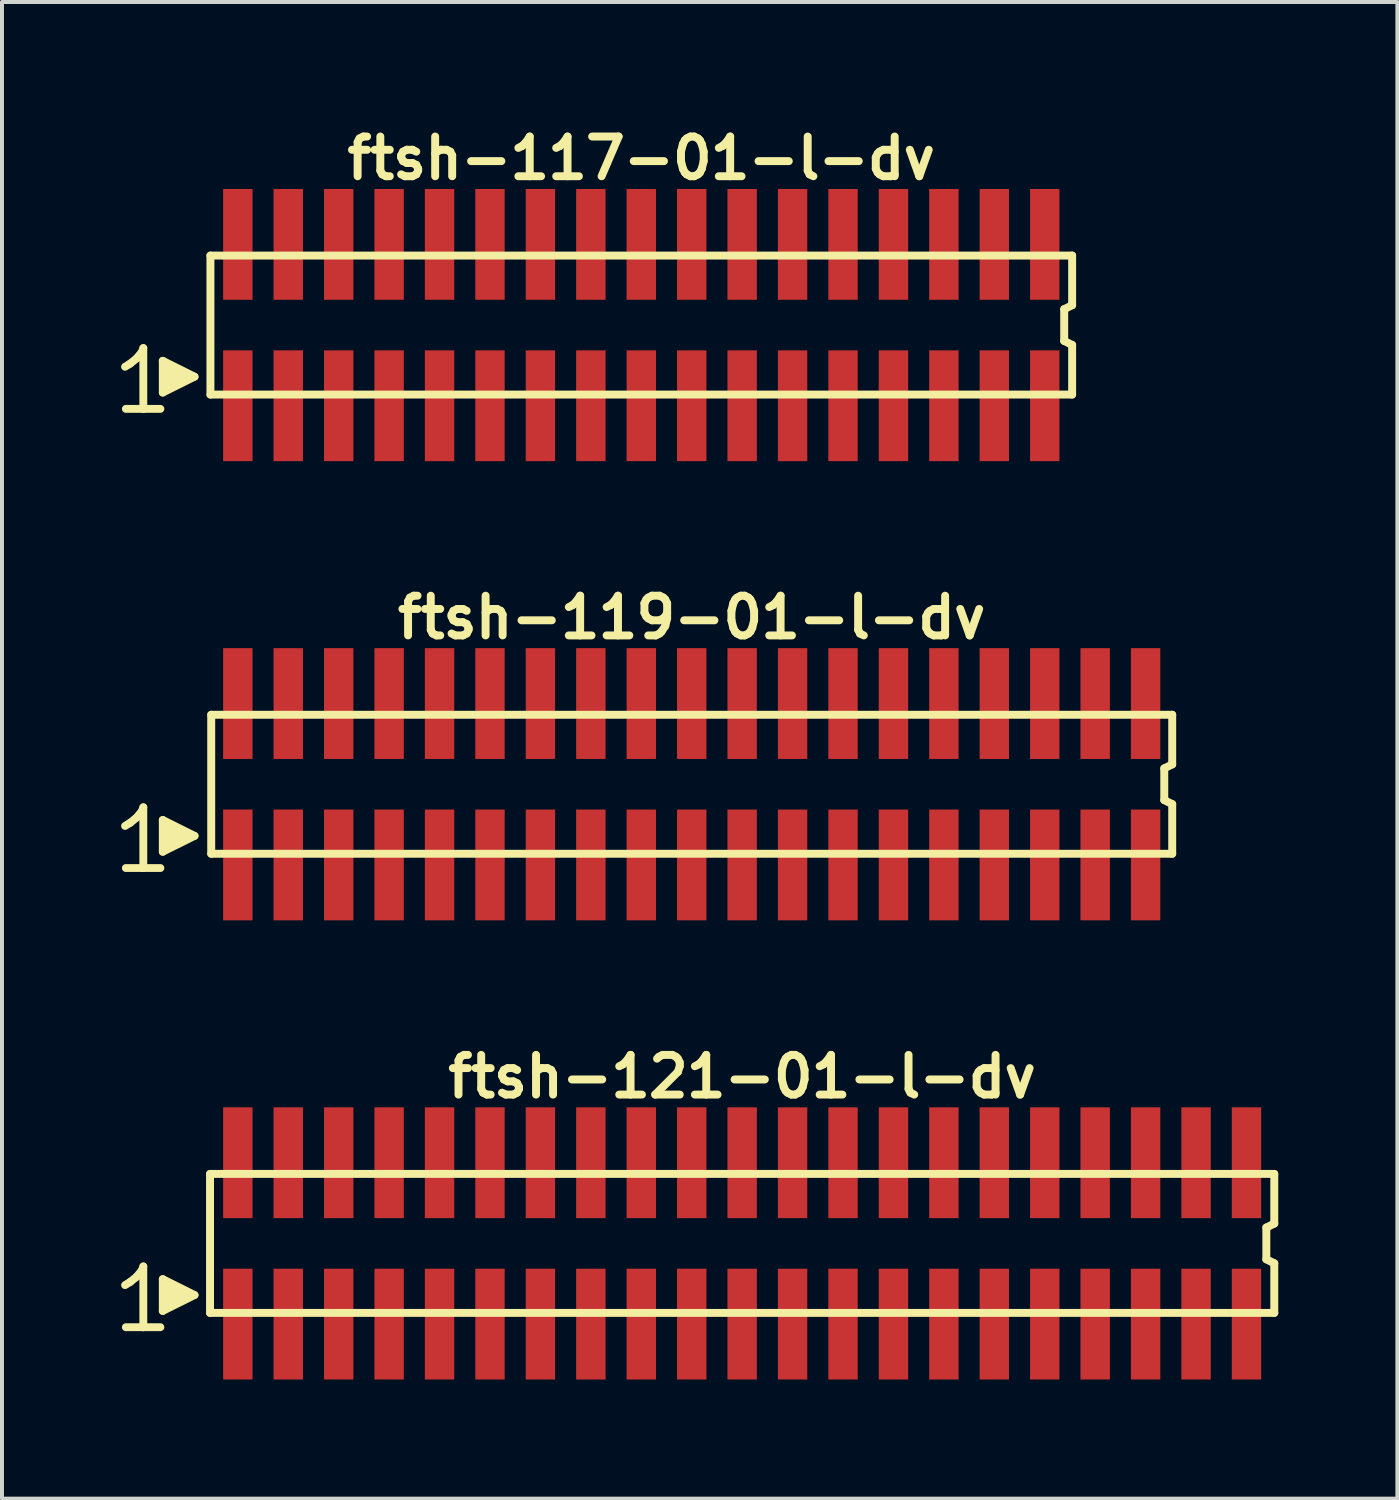
<source format=kicad_pcb>
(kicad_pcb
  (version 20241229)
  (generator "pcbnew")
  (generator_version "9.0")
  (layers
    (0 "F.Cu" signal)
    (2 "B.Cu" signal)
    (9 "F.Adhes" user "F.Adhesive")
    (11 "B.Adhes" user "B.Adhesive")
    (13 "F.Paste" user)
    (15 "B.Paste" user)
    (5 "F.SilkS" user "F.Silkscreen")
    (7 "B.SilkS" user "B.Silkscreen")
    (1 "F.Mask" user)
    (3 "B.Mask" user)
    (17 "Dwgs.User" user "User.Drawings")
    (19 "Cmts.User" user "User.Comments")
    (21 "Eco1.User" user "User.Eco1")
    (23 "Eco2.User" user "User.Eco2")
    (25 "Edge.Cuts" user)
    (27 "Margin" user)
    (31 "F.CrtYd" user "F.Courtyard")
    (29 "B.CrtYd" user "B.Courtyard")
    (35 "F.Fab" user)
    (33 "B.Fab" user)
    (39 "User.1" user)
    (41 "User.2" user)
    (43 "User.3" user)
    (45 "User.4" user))
  (footprint "ftsh-121-01-l-dv"
    (layer "F.Cu")
    (at 15.639 28.262)
    (property "Reference" "ftsh-121-01-l-dv" (at 0 -4.2 0) (layer "F.SilkS") (effects (font (size 1 1) (thickness 0.2))))
    (attr smd)
    (fp_line (start -15.54 1.05) (end -15.41 0.97) (stroke (width 0.198) (type solid)) (layer "F.SilkS"))
    (fp_line (start -15.41 0.97) (end -15.25 0.84) (stroke (width 0.198) (type solid)) (layer "F.SilkS"))
    (fp_line (start -15.25 0.84) (end -15.11 0.67) (stroke (width 0.198) (type solid)) (layer "F.SilkS"))
    (fp_line (start -15.11 0.67) (end -15.08 0.58) (stroke (width 0.198) (type solid)) (layer "F.SilkS"))
    (fp_line (start -15.08 0.58) (end -15.08 2.11) (stroke (width 0.198) (type solid)) (layer "F.SilkS"))
    (fp_line (start -15.08 2.11) (end -15.52 2.11) (stroke (width 0.198) (type solid)) (layer "F.SilkS"))
    (fp_line (start -14.65 2.11) (end -15.09 2.11) (stroke (width 0.198) (type solid)) (layer "F.SilkS"))
    (fp_line (start -14.59 0.9) (end -13.79 1.3) (stroke (width 0.198) (type solid)) (layer "F.SilkS"))
    (fp_line (start -14.59 1.7) (end -14.59 0.9) (stroke (width 0.198) (type solid)) (layer "F.SilkS"))
    (fp_line (start -14.49 1.6) (end -14.49 1) (stroke (width 0.198) (type solid)) (layer "F.SilkS"))
    (fp_line (start -14.39 1.1) (end -14.39 1.5) (stroke (width 0.198) (type solid)) (layer "F.SilkS"))
    (fp_line (start -14.29 1.5) (end -14.29 1.1) (stroke (width 0.198) (type solid)) (layer "F.SilkS"))
    (fp_line (start -14.19 1.2) (end -14.19 1.4) (stroke (width 0.198) (type solid)) (layer "F.SilkS"))
    (fp_line (start -14.09 1.4) (end -14.09 1.2) (stroke (width 0.198) (type solid)) (layer "F.SilkS"))
    (fp_line (start -13.79 1.3) (end -14.59 1.7) (stroke (width 0.198) (type solid)) (layer "F.SilkS"))
    (fp_line (start -13.4 -1.75) (end -13.4 1.75) (stroke (width 0.2) (type solid)) (layer "F.SilkS"))
    (fp_line (start -13.4 -1.75) (end 13.4 -1.75) (stroke (width 0.2) (type solid)) (layer "F.SilkS"))
    (fp_line (start -13.4 1.75) (end 13.4 1.75) (stroke (width 0.2) (type solid)) (layer "F.SilkS"))
    (fp_line (start 13.2 -0.4) (end 13.2 0.4) (stroke (width 0.2) (type solid)) (layer "F.SilkS"))
    (fp_line (start 13.2 0.4) (end 13.4 0.5) (stroke (width 0.2) (type solid)) (layer "F.SilkS"))
    (fp_line (start 13.4 -0.5) (end 13.2 -0.4) (stroke (width 0.2) (type solid)) (layer "F.SilkS"))
    (fp_line (start 13.4 -0.5) (end 13.4 -1.75) (stroke (width 0.2) (type solid)) (layer "F.SilkS"))
    (fp_line (start 13.4 0.5) (end 13.4 1.75) (stroke (width 0.2) (type solid)) (layer "F.SilkS"))
    (pad "1" smd rect (at -12.7 2.032) (size 0.74 2.79) (layers "F.Cu" "F.Mask" "F.Paste"))
    (pad "2" smd rect (at -12.7 -2.032) (size 0.74 2.79) (layers "F.Cu" "F.Mask" "F.Paste"))
    (pad "3" smd rect (at -11.43 2.032) (size 0.74 2.79) (layers "F.Cu" "F.Mask" "F.Paste"))
    (pad "4" smd rect (at -11.43 -2.032) (size 0.74 2.79) (layers "F.Cu" "F.Mask" "F.Paste"))
    (pad "5" smd rect (at -10.16 2.032) (size 0.74 2.79) (layers "F.Cu" "F.Mask" "F.Paste"))
    (pad "6" smd rect (at -10.16 -2.032) (size 0.74 2.79) (layers "F.Cu" "F.Mask" "F.Paste"))
    (pad "7" smd rect (at -8.89 2.032) (size 0.74 2.79) (layers "F.Cu" "F.Mask" "F.Paste"))
    (pad "8" smd rect (at -8.89 -2.032) (size 0.74 2.79) (layers "F.Cu" "F.Mask" "F.Paste"))
    (pad "9" smd rect (at -7.62 2.032) (size 0.74 2.79) (layers "F.Cu" "F.Mask" "F.Paste"))
    (pad "10" smd rect (at -7.62 -2.032) (size 0.74 2.79) (layers "F.Cu" "F.Mask" "F.Paste"))
    (pad "11" smd rect (at -6.35 2.032) (size 0.74 2.79) (layers "F.Cu" "F.Mask" "F.Paste"))
    (pad "12" smd rect (at -6.35 -2.032) (size 0.74 2.79) (layers "F.Cu" "F.Mask" "F.Paste"))
    (pad "13" smd rect (at -5.08 2.032) (size 0.74 2.79) (layers "F.Cu" "F.Mask" "F.Paste"))
    (pad "14" smd rect (at -5.08 -2.032) (size 0.74 2.79) (layers "F.Cu" "F.Mask" "F.Paste"))
    (pad "15" smd rect (at -3.81 2.032) (size 0.74 2.79) (layers "F.Cu" "F.Mask" "F.Paste"))
    (pad "16" smd rect (at -3.81 -2.032) (size 0.74 2.79) (layers "F.Cu" "F.Mask" "F.Paste"))
    (pad "17" smd rect (at -2.54 2.032) (size 0.74 2.79) (layers "F.Cu" "F.Mask" "F.Paste"))
    (pad "18" smd rect (at -2.54 -2.032) (size 0.74 2.79) (layers "F.Cu" "F.Mask" "F.Paste"))
    (pad "19" smd rect (at -1.27 2.032) (size 0.74 2.79) (layers "F.Cu" "F.Mask" "F.Paste"))
    (pad "20" smd rect (at -1.27 -2.032) (size 0.74 2.79) (layers "F.Cu" "F.Mask" "F.Paste"))
    (pad "21" smd rect (at 0 2.032) (size 0.74 2.79) (layers "F.Cu" "F.Mask" "F.Paste"))
    (pad "22" smd rect (at 0 -2.032) (size 0.74 2.79) (layers "F.Cu" "F.Mask" "F.Paste"))
    (pad "23" smd rect (at 1.27 2.032) (size 0.74 2.79) (layers "F.Cu" "F.Mask" "F.Paste"))
    (pad "24" smd rect (at 1.27 -2.032) (size 0.74 2.79) (layers "F.Cu" "F.Mask" "F.Paste"))
    (pad "25" smd rect (at 2.54 2.032) (size 0.74 2.79) (layers "F.Cu" "F.Mask" "F.Paste"))
    (pad "26" smd rect (at 2.54 -2.032) (size 0.74 2.79) (layers "F.Cu" "F.Mask" "F.Paste"))
    (pad "27" smd rect (at 3.81 2.032) (size 0.74 2.79) (layers "F.Cu" "F.Mask" "F.Paste"))
    (pad "28" smd rect (at 3.81 -2.032) (size 0.74 2.79) (layers "F.Cu" "F.Mask" "F.Paste"))
    (pad "29" smd rect (at 5.08 2.032) (size 0.74 2.79) (layers "F.Cu" "F.Mask" "F.Paste"))
    (pad "30" smd rect (at 5.08 -2.032) (size 0.74 2.79) (layers "F.Cu" "F.Mask" "F.Paste"))
    (pad "31" smd rect (at 6.35 2.032) (size 0.74 2.79) (layers "F.Cu" "F.Mask" "F.Paste"))
    (pad "32" smd rect (at 6.35 -2.032) (size 0.74 2.79) (layers "F.Cu" "F.Mask" "F.Paste"))
    (pad "33" smd rect (at 7.62 2.032) (size 0.74 2.79) (layers "F.Cu" "F.Mask" "F.Paste"))
    (pad "34" smd rect (at 7.62 -2.032) (size 0.74 2.79) (layers "F.Cu" "F.Mask" "F.Paste"))
    (pad "35" smd rect (at 8.89 2.032) (size 0.74 2.79) (layers "F.Cu" "F.Mask" "F.Paste"))
    (pad "36" smd rect (at 8.89 -2.032) (size 0.74 2.79) (layers "F.Cu" "F.Mask" "F.Paste"))
    (pad "37" smd rect (at 10.16 2.032) (size 0.74 2.79) (layers "F.Cu" "F.Mask" "F.Paste"))
    (pad "38" smd rect (at 10.16 -2.032) (size 0.74 2.79) (layers "F.Cu" "F.Mask" "F.Paste"))
    (pad "39" smd rect (at 11.43 2.032) (size 0.74 2.79) (layers "F.Cu" "F.Mask" "F.Paste"))
    (pad "40" smd rect (at 11.43 -2.032) (size 0.74 2.79) (layers "F.Cu" "F.Mask" "F.Paste"))
    (pad "41" smd rect (at 12.7 2.032) (size 0.74 2.79) (layers "F.Cu" "F.Mask" "F.Paste"))
    (pad "42" smd rect (at 12.7 -2.032) (size 0.74 2.79) (layers "F.Cu" "F.Mask" "F.Paste")))
  (footprint "ftsh-119-01-l-dv"
    (layer "F.Cu")
    (at 14.369 16.699)
    (property "Reference" "ftsh-119-01-l-dv" (at 0 -4.2 0) (layer "F.SilkS") (effects (font (size 1 1) (thickness 0.2))))
    (attr smd)
    (fp_line (start -14.27 1.05) (end -14.14 0.97) (stroke (width 0.198) (type solid)) (layer "F.SilkS"))
    (fp_line (start -14.14 0.97) (end -13.98 0.84) (stroke (width 0.198) (type solid)) (layer "F.SilkS"))
    (fp_line (start -13.98 0.84) (end -13.84 0.67) (stroke (width 0.198) (type solid)) (layer "F.SilkS"))
    (fp_line (start -13.84 0.67) (end -13.81 0.58) (stroke (width 0.198) (type solid)) (layer "F.SilkS"))
    (fp_line (start -13.81 0.58) (end -13.81 2.11) (stroke (width 0.198) (type solid)) (layer "F.SilkS"))
    (fp_line (start -13.81 2.11) (end -14.25 2.11) (stroke (width 0.198) (type solid)) (layer "F.SilkS"))
    (fp_line (start -13.38 2.11) (end -13.82 2.11) (stroke (width 0.198) (type solid)) (layer "F.SilkS"))
    (fp_line (start -13.32 0.9) (end -12.52 1.3) (stroke (width 0.198) (type solid)) (layer "F.SilkS"))
    (fp_line (start -13.32 1.7) (end -13.32 0.9) (stroke (width 0.198) (type solid)) (layer "F.SilkS"))
    (fp_line (start -13.22 1.6) (end -13.22 1) (stroke (width 0.198) (type solid)) (layer "F.SilkS"))
    (fp_line (start -13.12 1.1) (end -13.12 1.5) (stroke (width 0.198) (type solid)) (layer "F.SilkS"))
    (fp_line (start -13.02 1.5) (end -13.02 1.1) (stroke (width 0.198) (type solid)) (layer "F.SilkS"))
    (fp_line (start -12.92 1.2) (end -12.92 1.4) (stroke (width 0.198) (type solid)) (layer "F.SilkS"))
    (fp_line (start -12.82 1.4) (end -12.82 1.2) (stroke (width 0.198) (type solid)) (layer "F.SilkS"))
    (fp_line (start -12.52 1.3) (end -13.32 1.7) (stroke (width 0.198) (type solid)) (layer "F.SilkS"))
    (fp_line (start -12.1 -1.75) (end -12.1 1.75) (stroke (width 0.2) (type solid)) (layer "F.SilkS"))
    (fp_line (start -12.1 -1.75) (end 12.1 -1.75) (stroke (width 0.2) (type solid)) (layer "F.SilkS"))
    (fp_line (start -12.1 1.75) (end 12.1 1.75) (stroke (width 0.2) (type solid)) (layer "F.SilkS"))
    (fp_line (start 11.9 -0.4) (end 11.9 0.4) (stroke (width 0.2) (type solid)) (layer "F.SilkS"))
    (fp_line (start 11.9 0.4) (end 12.1 0.5) (stroke (width 0.2) (type solid)) (layer "F.SilkS"))
    (fp_line (start 12.1 -0.5) (end 11.9 -0.4) (stroke (width 0.2) (type solid)) (layer "F.SilkS"))
    (fp_line (start 12.1 -0.5) (end 12.1 -1.75) (stroke (width 0.2) (type solid)) (layer "F.SilkS"))
    (fp_line (start 12.1 0.5) (end 12.1 1.75) (stroke (width 0.2) (type solid)) (layer "F.SilkS"))
    (pad "1" smd rect (at -11.43 2.032) (size 0.74 2.79) (layers "F.Cu" "F.Mask" "F.Paste"))
    (pad "2" smd rect (at -11.43 -2.032) (size 0.74 2.79) (layers "F.Cu" "F.Mask" "F.Paste"))
    (pad "3" smd rect (at -10.16 2.032) (size 0.74 2.79) (layers "F.Cu" "F.Mask" "F.Paste"))
    (pad "4" smd rect (at -10.16 -2.032) (size 0.74 2.79) (layers "F.Cu" "F.Mask" "F.Paste"))
    (pad "5" smd rect (at -8.89 2.032) (size 0.74 2.79) (layers "F.Cu" "F.Mask" "F.Paste"))
    (pad "6" smd rect (at -8.89 -2.032) (size 0.74 2.79) (layers "F.Cu" "F.Mask" "F.Paste"))
    (pad "7" smd rect (at -7.62 2.032) (size 0.74 2.79) (layers "F.Cu" "F.Mask" "F.Paste"))
    (pad "8" smd rect (at -7.62 -2.032) (size 0.74 2.79) (layers "F.Cu" "F.Mask" "F.Paste"))
    (pad "9" smd rect (at -6.35 2.032) (size 0.74 2.79) (layers "F.Cu" "F.Mask" "F.Paste"))
    (pad "10" smd rect (at -6.35 -2.032) (size 0.74 2.79) (layers "F.Cu" "F.Mask" "F.Paste"))
    (pad "11" smd rect (at -5.08 2.032) (size 0.74 2.79) (layers "F.Cu" "F.Mask" "F.Paste"))
    (pad "12" smd rect (at -5.08 -2.032) (size 0.74 2.79) (layers "F.Cu" "F.Mask" "F.Paste"))
    (pad "13" smd rect (at -3.81 2.032) (size 0.74 2.79) (layers "F.Cu" "F.Mask" "F.Paste"))
    (pad "14" smd rect (at -3.81 -2.032) (size 0.74 2.79) (layers "F.Cu" "F.Mask" "F.Paste"))
    (pad "15" smd rect (at -2.54 2.032) (size 0.74 2.79) (layers "F.Cu" "F.Mask" "F.Paste"))
    (pad "16" smd rect (at -2.54 -2.032) (size 0.74 2.79) (layers "F.Cu" "F.Mask" "F.Paste"))
    (pad "17" smd rect (at -1.27 2.032) (size 0.74 2.79) (layers "F.Cu" "F.Mask" "F.Paste"))
    (pad "18" smd rect (at -1.27 -2.032) (size 0.74 2.79) (layers "F.Cu" "F.Mask" "F.Paste"))
    (pad "19" smd rect (at 0 2.032) (size 0.74 2.79) (layers "F.Cu" "F.Mask" "F.Paste"))
    (pad "20" smd rect (at 0 -2.032) (size 0.74 2.79) (layers "F.Cu" "F.Mask" "F.Paste"))
    (pad "21" smd rect (at 1.27 2.032) (size 0.74 2.79) (layers "F.Cu" "F.Mask" "F.Paste"))
    (pad "22" smd rect (at 1.27 -2.032) (size 0.74 2.79) (layers "F.Cu" "F.Mask" "F.Paste"))
    (pad "23" smd rect (at 2.54 2.032) (size 0.74 2.79) (layers "F.Cu" "F.Mask" "F.Paste"))
    (pad "24" smd rect (at 2.54 -2.032) (size 0.74 2.79) (layers "F.Cu" "F.Mask" "F.Paste"))
    (pad "25" smd rect (at 3.81 2.032) (size 0.74 2.79) (layers "F.Cu" "F.Mask" "F.Paste"))
    (pad "26" smd rect (at 3.81 -2.032) (size 0.74 2.79) (layers "F.Cu" "F.Mask" "F.Paste"))
    (pad "27" smd rect (at 5.08 2.032) (size 0.74 2.79) (layers "F.Cu" "F.Mask" "F.Paste"))
    (pad "28" smd rect (at 5.08 -2.032) (size 0.74 2.79) (layers "F.Cu" "F.Mask" "F.Paste"))
    (pad "29" smd rect (at 6.35 2.032) (size 0.74 2.79) (layers "F.Cu" "F.Mask" "F.Paste"))
    (pad "30" smd rect (at 6.35 -2.032) (size 0.74 2.79) (layers "F.Cu" "F.Mask" "F.Paste"))
    (pad "31" smd rect (at 7.62 2.032) (size 0.74 2.79) (layers "F.Cu" "F.Mask" "F.Paste"))
    (pad "32" smd rect (at 7.62 -2.032) (size 0.74 2.79) (layers "F.Cu" "F.Mask" "F.Paste"))
    (pad "33" smd rect (at 8.89 2.032) (size 0.74 2.79) (layers "F.Cu" "F.Mask" "F.Paste"))
    (pad "34" smd rect (at 8.89 -2.032) (size 0.74 2.79) (layers "F.Cu" "F.Mask" "F.Paste"))
    (pad "35" smd rect (at 10.16 2.032) (size 0.74 2.79) (layers "F.Cu" "F.Mask" "F.Paste"))
    (pad "36" smd rect (at 10.16 -2.032) (size 0.74 2.79) (layers "F.Cu" "F.Mask" "F.Paste"))
    (pad "37" smd rect (at 11.43 2.032) (size 0.74 2.79) (layers "F.Cu" "F.Mask" "F.Paste"))
    (pad "38" smd rect (at 11.43 -2.032) (size 0.74 2.79) (layers "F.Cu" "F.Mask" "F.Paste")))
  (footprint "ftsh-117-01-l-dv"
    (layer "F.Cu")
    (at 13.099 5.136)
    (property "Reference" "ftsh-117-01-l-dv" (at 0 -4.2 0) (layer "F.SilkS") (effects (font (size 1 1) (thickness 0.2))))
    (attr smd)
    (fp_line (start -13 1.05) (end -12.87 0.97) (stroke (width 0.198) (type solid)) (layer "F.SilkS"))
    (fp_line (start -12.87 0.97) (end -12.71 0.84) (stroke (width 0.198) (type solid)) (layer "F.SilkS"))
    (fp_line (start -12.71 0.84) (end -12.57 0.67) (stroke (width 0.198) (type solid)) (layer "F.SilkS"))
    (fp_line (start -12.57 0.67) (end -12.54 0.58) (stroke (width 0.198) (type solid)) (layer "F.SilkS"))
    (fp_line (start -12.54 0.58) (end -12.54 2.11) (stroke (width 0.198) (type solid)) (layer "F.SilkS"))
    (fp_line (start -12.54 2.11) (end -12.98 2.11) (stroke (width 0.198) (type solid)) (layer "F.SilkS"))
    (fp_line (start -12.11 2.11) (end -12.55 2.11) (stroke (width 0.198) (type solid)) (layer "F.SilkS"))
    (fp_line (start -12.05 0.9) (end -11.25 1.3) (stroke (width 0.198) (type solid)) (layer "F.SilkS"))
    (fp_line (start -12.05 1.7) (end -12.05 0.9) (stroke (width 0.198) (type solid)) (layer "F.SilkS"))
    (fp_line (start -11.95 1.6) (end -11.95 1) (stroke (width 0.198) (type solid)) (layer "F.SilkS"))
    (fp_line (start -11.85 1.1) (end -11.85 1.5) (stroke (width 0.198) (type solid)) (layer "F.SilkS"))
    (fp_line (start -11.75 1.5) (end -11.75 1.1) (stroke (width 0.198) (type solid)) (layer "F.SilkS"))
    (fp_line (start -11.65 1.2) (end -11.65 1.4) (stroke (width 0.198) (type solid)) (layer "F.SilkS"))
    (fp_line (start -11.55 1.4) (end -11.55 1.2) (stroke (width 0.198) (type solid)) (layer "F.SilkS"))
    (fp_line (start -11.25 1.3) (end -12.05 1.7) (stroke (width 0.198) (type solid)) (layer "F.SilkS"))
    (fp_line (start -10.85 -1.75) (end -10.85 1.75) (stroke (width 0.2) (type solid)) (layer "F.SilkS"))
    (fp_line (start -10.85 -1.75) (end 10.85 -1.75) (stroke (width 0.2) (type solid)) (layer "F.SilkS"))
    (fp_line (start -10.85 1.75) (end 10.85 1.75) (stroke (width 0.2) (type solid)) (layer "F.SilkS"))
    (fp_line (start 10.65 -0.4) (end 10.65 0.4) (stroke (width 0.2) (type solid)) (layer "F.SilkS"))
    (fp_line (start 10.65 0.4) (end 10.85 0.5) (stroke (width 0.2) (type solid)) (layer "F.SilkS"))
    (fp_line (start 10.85 -0.5) (end 10.65 -0.4) (stroke (width 0.2) (type solid)) (layer "F.SilkS"))
    (fp_line (start 10.85 -0.5) (end 10.85 -1.75) (stroke (width 0.2) (type solid)) (layer "F.SilkS"))
    (fp_line (start 10.85 0.5) (end 10.85 1.75) (stroke (width 0.2) (type solid)) (layer "F.SilkS"))
    (pad "1" smd rect (at -10.16 2.032) (size 0.74 2.79) (layers "F.Cu" "F.Mask" "F.Paste"))
    (pad "2" smd rect (at -10.16 -2.032) (size 0.74 2.79) (layers "F.Cu" "F.Mask" "F.Paste"))
    (pad "3" smd rect (at -8.89 2.032) (size 0.74 2.79) (layers "F.Cu" "F.Mask" "F.Paste"))
    (pad "4" smd rect (at -8.89 -2.032) (size 0.74 2.79) (layers "F.Cu" "F.Mask" "F.Paste"))
    (pad "5" smd rect (at -7.62 2.032) (size 0.74 2.79) (layers "F.Cu" "F.Mask" "F.Paste"))
    (pad "6" smd rect (at -7.62 -2.032) (size 0.74 2.79) (layers "F.Cu" "F.Mask" "F.Paste"))
    (pad "7" smd rect (at -6.35 2.032) (size 0.74 2.79) (layers "F.Cu" "F.Mask" "F.Paste"))
    (pad "8" smd rect (at -6.35 -2.032) (size 0.74 2.79) (layers "F.Cu" "F.Mask" "F.Paste"))
    (pad "9" smd rect (at -5.08 2.032) (size 0.74 2.79) (layers "F.Cu" "F.Mask" "F.Paste"))
    (pad "10" smd rect (at -5.08 -2.032) (size 0.74 2.79) (layers "F.Cu" "F.Mask" "F.Paste"))
    (pad "11" smd rect (at -3.81 2.032) (size 0.74 2.79) (layers "F.Cu" "F.Mask" "F.Paste"))
    (pad "12" smd rect (at -3.81 -2.032) (size 0.74 2.79) (layers "F.Cu" "F.Mask" "F.Paste"))
    (pad "13" smd rect (at -2.54 2.032) (size 0.74 2.79) (layers "F.Cu" "F.Mask" "F.Paste"))
    (pad "14" smd rect (at -2.54 -2.032) (size 0.74 2.79) (layers "F.Cu" "F.Mask" "F.Paste"))
    (pad "15" smd rect (at -1.27 2.032) (size 0.74 2.79) (layers "F.Cu" "F.Mask" "F.Paste"))
    (pad "16" smd rect (at -1.27 -2.032) (size 0.74 2.79) (layers "F.Cu" "F.Mask" "F.Paste"))
    (pad "17" smd rect (at 0 2.032) (size 0.74 2.79) (layers "F.Cu" "F.Mask" "F.Paste"))
    (pad "18" smd rect (at 0 -2.032) (size 0.74 2.79) (layers "F.Cu" "F.Mask" "F.Paste"))
    (pad "19" smd rect (at 1.27 2.032) (size 0.74 2.79) (layers "F.Cu" "F.Mask" "F.Paste"))
    (pad "20" smd rect (at 1.27 -2.032) (size 0.74 2.79) (layers "F.Cu" "F.Mask" "F.Paste"))
    (pad "21" smd rect (at 2.54 2.032) (size 0.74 2.79) (layers "F.Cu" "F.Mask" "F.Paste"))
    (pad "22" smd rect (at 2.54 -2.032) (size 0.74 2.79) (layers "F.Cu" "F.Mask" "F.Paste"))
    (pad "23" smd rect (at 3.81 2.032) (size 0.74 2.79) (layers "F.Cu" "F.Mask" "F.Paste"))
    (pad "24" smd rect (at 3.81 -2.032) (size 0.74 2.79) (layers "F.Cu" "F.Mask" "F.Paste"))
    (pad "25" smd rect (at 5.08 2.032) (size 0.74 2.79) (layers "F.Cu" "F.Mask" "F.Paste"))
    (pad "26" smd rect (at 5.08 -2.032) (size 0.74 2.79) (layers "F.Cu" "F.Mask" "F.Paste"))
    (pad "27" smd rect (at 6.35 2.032) (size 0.74 2.79) (layers "F.Cu" "F.Mask" "F.Paste"))
    (pad "28" smd rect (at 6.35 -2.032) (size 0.74 2.79) (layers "F.Cu" "F.Mask" "F.Paste"))
    (pad "29" smd rect (at 7.62 2.032) (size 0.74 2.79) (layers "F.Cu" "F.Mask" "F.Paste"))
    (pad "30" smd rect (at 7.62 -2.032) (size 0.74 2.79) (layers "F.Cu" "F.Mask" "F.Paste"))
    (pad "31" smd rect (at 8.89 2.032) (size 0.74 2.79) (layers "F.Cu" "F.Mask" "F.Paste"))
    (pad "32" smd rect (at 8.89 -2.032) (size 0.74 2.79) (layers "F.Cu" "F.Mask" "F.Paste"))
    (pad "33" smd rect (at 10.16 2.032) (size 0.74 2.79) (layers "F.Cu" "F.Mask" "F.Paste"))
    (pad "34" smd rect (at 10.16 -2.032) (size 0.74 2.79) (layers "F.Cu" "F.Mask" "F.Paste")))
  (gr_rect
    (start -3 -3)
    (end 32.139 34.689)
    (stroke (width 0.1) (type default))
    (fill no)
    (layer "Edge.Cuts")))
</source>
